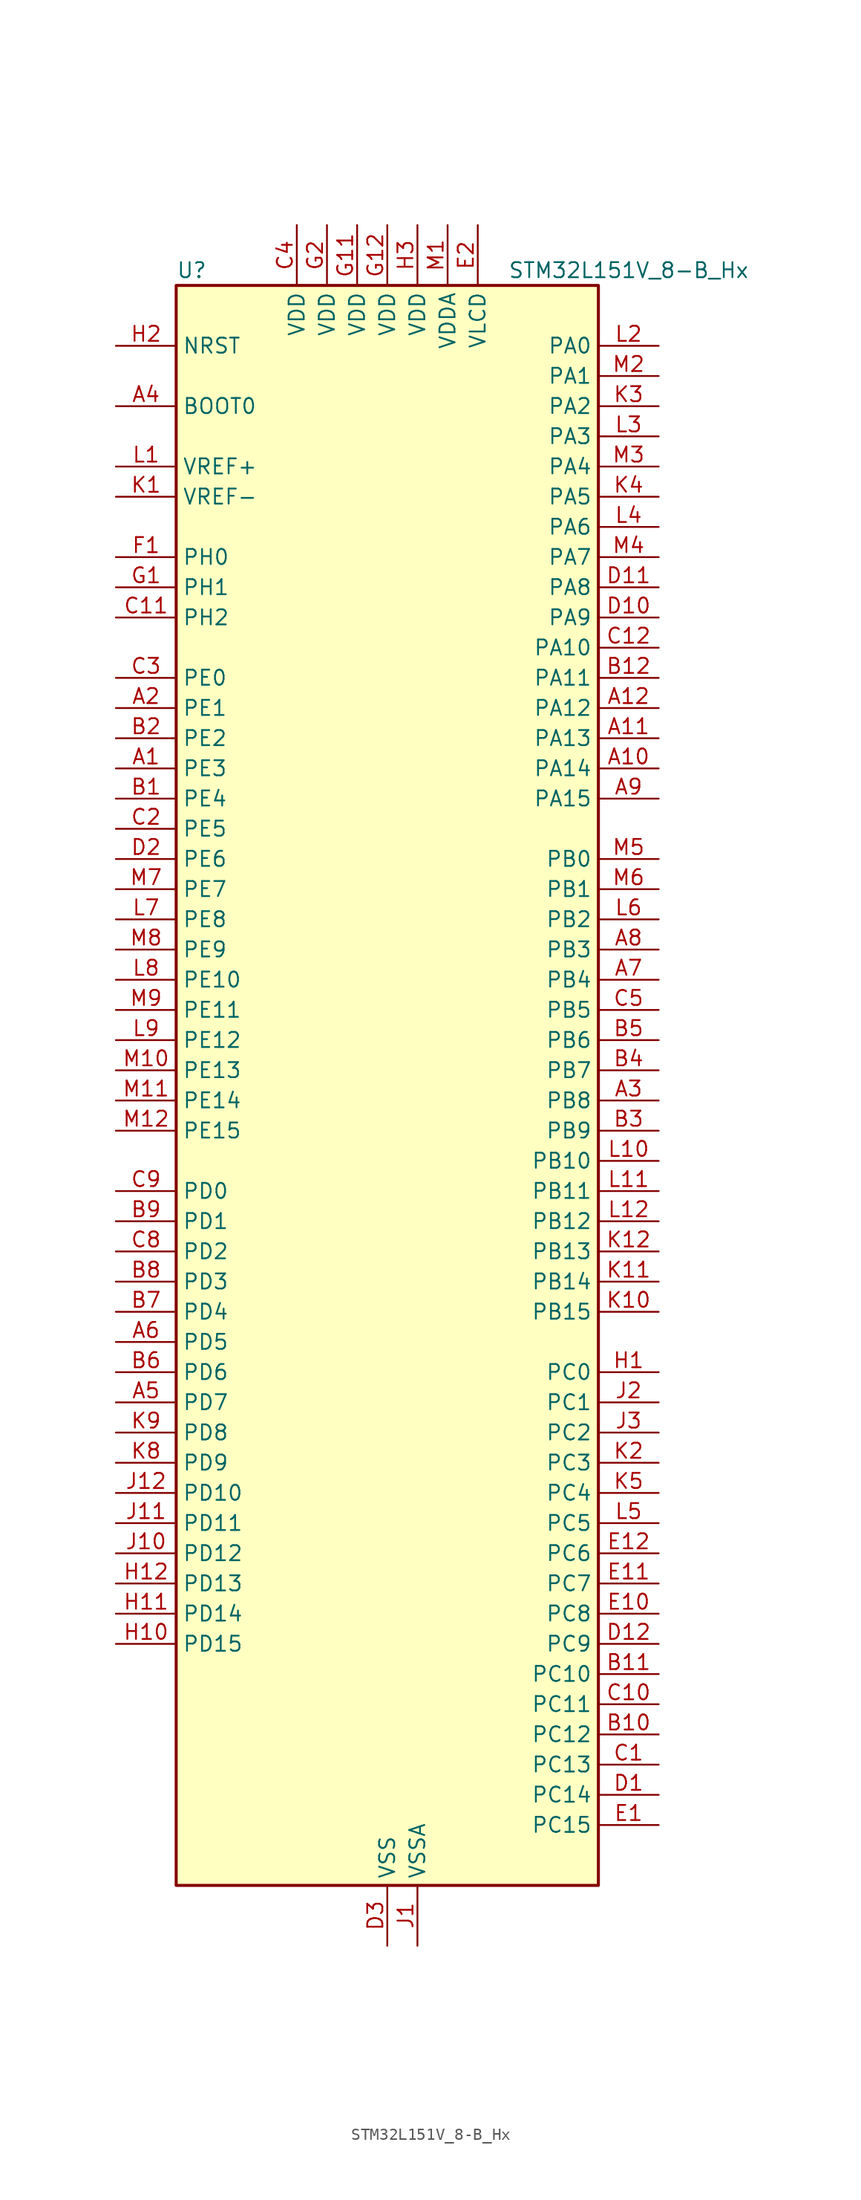
<source format=kicad_sym>
(kicad_symbol_lib
  (version 20241209)
  (generator "kicad_symbol_editor")
  (generator_version "9.0")
  (symbol "STM32L151V_8-B_Hx"
    (property "Reference" "U"
      (at -17.78 69.85 0)
      (effects (font (size 1.27 1.27)) (justify left)))
    (property "Value" "STM32L151V_8-B_Hx"
      (at 10.16 69.85 0)
      (effects (font (size 1.27 1.27)) (justify left)))
    (symbol "STM32L151V_8-B_Hx_0_1"
      (rectangle (start -17.78 -66.04) (end 17.78 68.58) (stroke (width 0.254) (type default)) (fill (type background))))
    (symbol "STM32L151V_8-B_Hx_1_1"
      (pin input line (at -22.86 63.5 0) (length 5.08) (name "NRST" (effects (font (size 1.27 1.27)))) (number "H2" (effects (font (size 1.27 1.27)))))
      (pin input line (at -22.86 58.42 0) (length 5.08) (name "BOOT0" (effects (font (size 1.27 1.27)))) (number "A4" (effects (font (size 1.27 1.27)))))
      (pin input line (at -22.86 53.34 0) (length 5.08) (name "VREF+" (effects (font (size 1.27 1.27)))) (number "L1" (effects (font (size 1.27 1.27)))))
      (pin input line (at -22.86 50.8 0) (length 5.08) (name "VREF-" (effects (font (size 1.27 1.27)))) (number "K1" (effects (font (size 1.27 1.27)))))
      (pin bidirectional line (at -22.86 45.72 0) (length 5.08) (name "PH0" (effects (font (size 1.27 1.27)))) (number "F1" (effects (font (size 1.27 1.27)))) (alternate "RCC_OSC_IN" bidirectional line))
      (pin bidirectional line (at -22.86 43.18 0) (length 5.08) (name "PH1" (effects (font (size 1.27 1.27)))) (number "G1" (effects (font (size 1.27 1.27)))) (alternate "RCC_OSC_OUT" bidirectional line))
      (pin bidirectional line (at -22.86 40.64 0) (length 5.08) (name "PH2" (effects (font (size 1.27 1.27)))) (number "C11" (effects (font (size 1.27 1.27)))))
      (pin bidirectional line (at -22.86 35.56 0) (length 5.08) (name "PE0" (effects (font (size 1.27 1.27)))) (number "C3" (effects (font (size 1.27 1.27)))) (alternate "TIM10_CH1" bidirectional line) (alternate "TIM4_ETR" bidirectional line) (alternate "TIMX_IC1" bidirectional line))
      (pin bidirectional line (at -22.86 33.02 0) (length 5.08) (name "PE1" (effects (font (size 1.27 1.27)))) (number "A2" (effects (font (size 1.27 1.27)))) (alternate "TIM11_CH1" bidirectional line) (alternate "TIMX_IC2" bidirectional line))
      (pin bidirectional line (at -22.86 30.48 0) (length 5.08) (name "PE2" (effects (font (size 1.27 1.27)))) (number "B2" (effects (font (size 1.27 1.27)))) (alternate "SYS_TRACECK" bidirectional line) (alternate "TIM3_ETR" bidirectional line) (alternate "TIMX_IC3" bidirectional line))
      (pin bidirectional line (at -22.86 27.94 0) (length 5.08) (name "PE3" (effects (font (size 1.27 1.27)))) (number "A1" (effects (font (size 1.27 1.27)))) (alternate "SYS_TRACED0" bidirectional line) (alternate "TIM3_CH1" bidirectional line) (alternate "TIMX_IC4" bidirectional line))
      (pin bidirectional line (at -22.86 25.4 0) (length 5.08) (name "PE4" (effects (font (size 1.27 1.27)))) (number "B1" (effects (font (size 1.27 1.27)))) (alternate "SYS_TRACED1" bidirectional line) (alternate "TIM3_CH2" bidirectional line) (alternate "TIMX_IC1" bidirectional line))
      (pin bidirectional line (at -22.86 22.86 0) (length 5.08) (name "PE5" (effects (font (size 1.27 1.27)))) (number "C2" (effects (font (size 1.27 1.27)))) (alternate "SYS_TRACED2" bidirectional line) (alternate "TIM9_CH1" bidirectional line) (alternate "TIMX_IC2" bidirectional line))
      (pin bidirectional line (at -22.86 20.32 0) (length 5.08) (name "PE6" (effects (font (size 1.27 1.27)))) (number "D2" (effects (font (size 1.27 1.27)))) (alternate "SYS_TRACED3" bidirectional line) (alternate "SYS_WKUP3" bidirectional line) (alternate "TIM9_CH2" bidirectional line) (alternate "TIMX_IC3" bidirectional line))
      (pin bidirectional line (at -22.86 17.78 0) (length 5.08) (name "PE7" (effects (font (size 1.27 1.27)))) (number "M7" (effects (font (size 1.27 1.27)))) (alternate "ADC_IN22" bidirectional line) (alternate "COMP1_INP" bidirectional line) (alternate "TIMX_IC4" bidirectional line))
      (pin bidirectional line (at -22.86 15.24 0) (length 5.08) (name "PE8" (effects (font (size 1.27 1.27)))) (number "L7" (effects (font (size 1.27 1.27)))) (alternate "ADC_IN23" bidirectional line) (alternate "COMP1_INP" bidirectional line) (alternate "TIMX_IC1" bidirectional line))
      (pin bidirectional line (at -22.86 12.7 0) (length 5.08) (name "PE9" (effects (font (size 1.27 1.27)))) (number "M8" (effects (font (size 1.27 1.27)))) (alternate "ADC_IN24" bidirectional line) (alternate "COMP1_INP" bidirectional line) (alternate "DAC_EXTI9" bidirectional line) (alternate "TIM2_CH1" bidirectional line) (alternate "TIM2_ETR" bidirectional line) (alternate "TIMX_IC2" bidirectional line))
      (pin bidirectional line (at -22.86 10.16 0) (length 5.08) (name "PE10" (effects (font (size 1.27 1.27)))) (number "L8" (effects (font (size 1.27 1.27)))) (alternate "ADC_IN25" bidirectional line) (alternate "COMP1_INP" bidirectional line) (alternate "TIM2_CH2" bidirectional line) (alternate "TIMX_IC3" bidirectional line))
      (pin bidirectional line (at -22.86 7.62 0) (length 5.08) (name "PE11" (effects (font (size 1.27 1.27)))) (number "M9" (effects (font (size 1.27 1.27)))) (alternate "ADC_EXTI11" bidirectional line) (alternate "TIM2_CH3" bidirectional line) (alternate "TIMX_IC4" bidirectional line))
      (pin bidirectional line (at -22.86 5.08 0) (length 5.08) (name "PE12" (effects (font (size 1.27 1.27)))) (number "L9" (effects (font (size 1.27 1.27)))) (alternate "SPI1_NSS" bidirectional line) (alternate "TIM2_CH4" bidirectional line) (alternate "TIMX_IC1" bidirectional line))
      (pin bidirectional line (at -22.86 2.54 0) (length 5.08) (name "PE13" (effects (font (size 1.27 1.27)))) (number "M10" (effects (font (size 1.27 1.27)))) (alternate "SPI1_SCK" bidirectional line) (alternate "TIMX_IC2" bidirectional line))
      (pin bidirectional line (at -22.86 0 0) (length 5.08) (name "PE14" (effects (font (size 1.27 1.27)))) (number "M11" (effects (font (size 1.27 1.27)))) (alternate "SPI1_MISO" bidirectional line) (alternate "TIMX_IC3" bidirectional line))
      (pin bidirectional line (at -22.86 -2.54 0) (length 5.08) (name "PE15" (effects (font (size 1.27 1.27)))) (number "M12" (effects (font (size 1.27 1.27)))) (alternate "ADC_EXTI15" bidirectional line) (alternate "SPI1_MOSI" bidirectional line) (alternate "TIMX_IC4" bidirectional line))
      (pin bidirectional line (at -22.86 -7.62 0) (length 5.08) (name "PD0" (effects (font (size 1.27 1.27)))) (number "C9" (effects (font (size 1.27 1.27)))) (alternate "SPI2_NSS" bidirectional line) (alternate "TIM9_CH1" bidirectional line) (alternate "TIMX_IC1" bidirectional line))
      (pin bidirectional line (at -22.86 -10.16 0) (length 5.08) (name "PD1" (effects (font (size 1.27 1.27)))) (number "B9" (effects (font (size 1.27 1.27)))) (alternate "SPI2_SCK" bidirectional line) (alternate "TIMX_IC2" bidirectional line))
      (pin bidirectional line (at -22.86 -12.7 0) (length 5.08) (name "PD2" (effects (font (size 1.27 1.27)))) (number "C8" (effects (font (size 1.27 1.27)))) (alternate "TIM3_ETR" bidirectional line) (alternate "TIMX_IC3" bidirectional line))
      (pin bidirectional line (at -22.86 -15.24 0) (length 5.08) (name "PD3" (effects (font (size 1.27 1.27)))) (number "B8" (effects (font (size 1.27 1.27)))) (alternate "SPI2_MISO" bidirectional line) (alternate "TIMX_IC4" bidirectional line) (alternate "USART2_CTS" bidirectional line))
      (pin bidirectional line (at -22.86 -17.78 0) (length 5.08) (name "PD4" (effects (font (size 1.27 1.27)))) (number "B7" (effects (font (size 1.27 1.27)))) (alternate "SPI2_MOSI" bidirectional line) (alternate "TIMX_IC1" bidirectional line) (alternate "USART2_RTS" bidirectional line))
      (pin bidirectional line (at -22.86 -20.32 0) (length 5.08) (name "PD5" (effects (font (size 1.27 1.27)))) (number "A6" (effects (font (size 1.27 1.27)))) (alternate "TIMX_IC2" bidirectional line) (alternate "USART2_TX" bidirectional line))
      (pin bidirectional line (at -22.86 -22.86 0) (length 5.08) (name "PD6" (effects (font (size 1.27 1.27)))) (number "B6" (effects (font (size 1.27 1.27)))) (alternate "TIMX_IC3" bidirectional line) (alternate "USART2_RX" bidirectional line))
      (pin bidirectional line (at -22.86 -25.4 0) (length 5.08) (name "PD7" (effects (font (size 1.27 1.27)))) (number "A5" (effects (font (size 1.27 1.27)))) (alternate "TIM9_CH2" bidirectional line) (alternate "TIMX_IC4" bidirectional line) (alternate "USART2_CK" bidirectional line))
      (pin bidirectional line (at -22.86 -27.94 0) (length 5.08) (name "PD8" (effects (font (size 1.27 1.27)))) (number "K9" (effects (font (size 1.27 1.27)))) (alternate "TIMX_IC1" bidirectional line) (alternate "USART3_TX" bidirectional line))
      (pin bidirectional line (at -22.86 -30.48 0) (length 5.08) (name "PD9" (effects (font (size 1.27 1.27)))) (number "K8" (effects (font (size 1.27 1.27)))) (alternate "DAC_EXTI9" bidirectional line) (alternate "TIMX_IC2" bidirectional line) (alternate "USART3_RX" bidirectional line))
      (pin bidirectional line (at -22.86 -33.02 0) (length 5.08) (name "PD10" (effects (font (size 1.27 1.27)))) (number "J12" (effects (font (size 1.27 1.27)))) (alternate "TIMX_IC3" bidirectional line) (alternate "USART3_CK" bidirectional line))
      (pin bidirectional line (at -22.86 -35.56 0) (length 5.08) (name "PD11" (effects (font (size 1.27 1.27)))) (number "J11" (effects (font (size 1.27 1.27)))) (alternate "ADC_EXTI11" bidirectional line) (alternate "TIMX_IC4" bidirectional line) (alternate "USART3_CTS" bidirectional line))
      (pin bidirectional line (at -22.86 -38.1 0) (length 5.08) (name "PD12" (effects (font (size 1.27 1.27)))) (number "J10" (effects (font (size 1.27 1.27)))) (alternate "TIM4_CH1" bidirectional line) (alternate "TIMX_IC1" bidirectional line) (alternate "USART3_RTS" bidirectional line))
      (pin bidirectional line (at -22.86 -40.64 0) (length 5.08) (name "PD13" (effects (font (size 1.27 1.27)))) (number "H12" (effects (font (size 1.27 1.27)))) (alternate "TIM4_CH2" bidirectional line) (alternate "TIMX_IC2" bidirectional line))
      (pin bidirectional line (at -22.86 -43.18 0) (length 5.08) (name "PD14" (effects (font (size 1.27 1.27)))) (number "H11" (effects (font (size 1.27 1.27)))) (alternate "TIM4_CH3" bidirectional line) (alternate "TIMX_IC3" bidirectional line))
      (pin bidirectional line (at -22.86 -45.72 0) (length 5.08) (name "PD15" (effects (font (size 1.27 1.27)))) (number "H10" (effects (font (size 1.27 1.27)))) (alternate "ADC_EXTI15" bidirectional line) (alternate "TIM4_CH4" bidirectional line) (alternate "TIMX_IC4" bidirectional line))
      (pin power_in line (at -7.62 73.66 270) (length 5.08) (name "VDD" (effects (font (size 1.27 1.27)))) (number "C4" (effects (font (size 1.27 1.27)))))
      (pin power_in line (at -5.08 73.66 270) (length 5.08) (name "VDD" (effects (font (size 1.27 1.27)))) (number "G2" (effects (font (size 1.27 1.27)))))
      (pin power_in line (at -2.54 73.66 270) (length 5.08) (name "VDD" (effects (font (size 1.27 1.27)))) (number "G11" (effects (font (size 1.27 1.27)))))
      (pin power_in line (at 0 73.66 270) (length 5.08) (name "VDD" (effects (font (size 1.27 1.27)))) (number "G12" (effects (font (size 1.27 1.27)))))
      (pin power_in line (at 0 -71.12 90) (length 5.08) (name "VSS" (effects (font (size 1.27 1.27)))) (number "D3" (effects (font (size 1.27 1.27)))))
      (pin passive line (at 0 -71.12 90) (length 5.08) (hide yes) (name "VSS" (effects (font (size 1.27 1.27)))) (number "E3" (effects (font (size 1.27 1.27)))))
      (pin passive line (at 0 -71.12 90) (length 5.08) (hide yes) (name "VSS" (effects (font (size 1.27 1.27)))) (number "F11" (effects (font (size 1.27 1.27)))))
      (pin passive line (at 0 -71.12 90) (length 5.08) (hide yes) (name "VSS" (effects (font (size 1.27 1.27)))) (number "F12" (effects (font (size 1.27 1.27)))))
      (pin passive line (at 0 -71.12 90) (length 5.08) (hide yes) (name "VSS" (effects (font (size 1.27 1.27)))) (number "F2" (effects (font (size 1.27 1.27)))))
      (pin power_in line (at 2.54 73.66 270) (length 5.08) (name "VDD" (effects (font (size 1.27 1.27)))) (number "H3" (effects (font (size 1.27 1.27)))))
      (pin power_in line (at 2.54 -71.12 90) (length 5.08) (name "VSSA" (effects (font (size 1.27 1.27)))) (number "J1" (effects (font (size 1.27 1.27)))))
      (pin power_in line (at 5.08 73.66 270) (length 5.08) (name "VDDA" (effects (font (size 1.27 1.27)))) (number "M1" (effects (font (size 1.27 1.27)))))
      (pin power_in line (at 7.62 73.66 270) (length 5.08) (name "VLCD" (effects (font (size 1.27 1.27)))) (number "E2" (effects (font (size 1.27 1.27)))))
      (pin bidirectional line (at 22.86 63.5 180) (length 5.08) (name "PA0" (effects (font (size 1.27 1.27)))) (number "L2" (effects (font (size 1.27 1.27)))) (alternate "ADC_IN0" bidirectional line) (alternate "COMP1_INP" bidirectional line) (alternate "SYS_WKUP1" bidirectional line) (alternate "TIM2_CH1" bidirectional line) (alternate "TIM2_ETR" bidirectional line) (alternate "TIMX_IC1" bidirectional line) (alternate "TS_G1_IO1" bidirectional line) (alternate "USART2_CTS" bidirectional line))
      (pin bidirectional line (at 22.86 60.96 180) (length 5.08) (name "PA1" (effects (font (size 1.27 1.27)))) (number "M2" (effects (font (size 1.27 1.27)))) (alternate "ADC_IN1" bidirectional line) (alternate "COMP1_INP" bidirectional line) (alternate "TIM2_CH2" bidirectional line) (alternate "TIMX_IC2" bidirectional line) (alternate "TS_G1_IO2" bidirectional line) (alternate "USART2_RTS" bidirectional line))
      (pin bidirectional line (at 22.86 58.42 180) (length 5.08) (name "PA2" (effects (font (size 1.27 1.27)))) (number "K3" (effects (font (size 1.27 1.27)))) (alternate "ADC_IN2" bidirectional line) (alternate "COMP1_INP" bidirectional line) (alternate "TIM2_CH3" bidirectional line) (alternate "TIM9_CH1" bidirectional line) (alternate "TIMX_IC3" bidirectional line) (alternate "TS_G1_IO3" bidirectional line) (alternate "USART2_TX" bidirectional line))
      (pin bidirectional line (at 22.86 55.88 180) (length 5.08) (name "PA3" (effects (font (size 1.27 1.27)))) (number "L3" (effects (font (size 1.27 1.27)))) (alternate "ADC_IN3" bidirectional line) (alternate "COMP1_INP" bidirectional line) (alternate "TIM2_CH4" bidirectional line) (alternate "TIM9_CH2" bidirectional line) (alternate "TIMX_IC4" bidirectional line) (alternate "TS_G1_IO4" bidirectional line) (alternate "USART2_RX" bidirectional line))
      (pin bidirectional line (at 22.86 53.34 180) (length 5.08) (name "PA4" (effects (font (size 1.27 1.27)))) (number "M3" (effects (font (size 1.27 1.27)))) (alternate "ADC_IN4" bidirectional line) (alternate "COMP1_INP" bidirectional line) (alternate "DAC_OUT1" bidirectional line) (alternate "SPI1_NSS" bidirectional line) (alternate "TIMX_IC1" bidirectional line) (alternate "USART2_CK" bidirectional line))
      (pin bidirectional line (at 22.86 50.8 180) (length 5.08) (name "PA5" (effects (font (size 1.27 1.27)))) (number "K4" (effects (font (size 1.27 1.27)))) (alternate "ADC_IN5" bidirectional line) (alternate "COMP1_INP" bidirectional line) (alternate "DAC_OUT2" bidirectional line) (alternate "SPI1_SCK" bidirectional line) (alternate "TIM2_CH1" bidirectional line) (alternate "TIM2_ETR" bidirectional line) (alternate "TIMX_IC2" bidirectional line))
      (pin bidirectional line (at 22.86 48.26 180) (length 5.08) (name "PA6" (effects (font (size 1.27 1.27)))) (number "L4" (effects (font (size 1.27 1.27)))) (alternate "ADC_IN6" bidirectional line) (alternate "COMP1_INP" bidirectional line) (alternate "SPI1_MISO" bidirectional line) (alternate "TIM10_CH1" bidirectional line) (alternate "TIM3_CH1" bidirectional line) (alternate "TIMX_IC3" bidirectional line) (alternate "TS_G2_IO1" bidirectional line))
      (pin bidirectional line (at 22.86 45.72 180) (length 5.08) (name "PA7" (effects (font (size 1.27 1.27)))) (number "M4" (effects (font (size 1.27 1.27)))) (alternate "ADC_IN7" bidirectional line) (alternate "COMP1_INP" bidirectional line) (alternate "SPI1_MOSI" bidirectional line) (alternate "TIM11_CH1" bidirectional line) (alternate "TIM3_CH2" bidirectional line) (alternate "TIMX_IC4" bidirectional line) (alternate "TS_G2_IO2" bidirectional line))
      (pin bidirectional line (at 22.86 43.18 180) (length 5.08) (name "PA8" (effects (font (size 1.27 1.27)))) (number "D11" (effects (font (size 1.27 1.27)))) (alternate "RCC_MCO" bidirectional line) (alternate "TIMX_IC1" bidirectional line) (alternate "TS_G4_IO1" bidirectional line) (alternate "USART1_CK" bidirectional line))
      (pin bidirectional line (at 22.86 40.64 180) (length 5.08) (name "PA9" (effects (font (size 1.27 1.27)))) (number "D10" (effects (font (size 1.27 1.27)))) (alternate "DAC_EXTI9" bidirectional line) (alternate "TIMX_IC2" bidirectional line) (alternate "TS_G4_IO2" bidirectional line) (alternate "USART1_TX" bidirectional line))
      (pin bidirectional line (at 22.86 38.1 180) (length 5.08) (name "PA10" (effects (font (size 1.27 1.27)))) (number "C12" (effects (font (size 1.27 1.27)))) (alternate "TIMX_IC3" bidirectional line) (alternate "TS_G4_IO3" bidirectional line) (alternate "USART1_RX" bidirectional line))
      (pin bidirectional line (at 22.86 35.56 180) (length 5.08) (name "PA11" (effects (font (size 1.27 1.27)))) (number "B12" (effects (font (size 1.27 1.27)))) (alternate "ADC_EXTI11" bidirectional line) (alternate "SPI1_MISO" bidirectional line) (alternate "TIMX_IC4" bidirectional line) (alternate "USART1_CTS" bidirectional line) (alternate "USB_DM" bidirectional line))
      (pin bidirectional line (at 22.86 33.02 180) (length 5.08) (name "PA12" (effects (font (size 1.27 1.27)))) (number "A12" (effects (font (size 1.27 1.27)))) (alternate "SPI1_MOSI" bidirectional line) (alternate "TIMX_IC1" bidirectional line) (alternate "USART1_RTS" bidirectional line) (alternate "USB_DP" bidirectional line))
      (pin bidirectional line (at 22.86 30.48 180) (length 5.08) (name "PA13" (effects (font (size 1.27 1.27)))) (number "A11" (effects (font (size 1.27 1.27)))) (alternate "SYS_JTMS-SWDIO" bidirectional line) (alternate "TIMX_IC2" bidirectional line) (alternate "TS_G5_IO1" bidirectional line))
      (pin bidirectional line (at 22.86 27.94 180) (length 5.08) (name "PA14" (effects (font (size 1.27 1.27)))) (number "A10" (effects (font (size 1.27 1.27)))) (alternate "SYS_JTCK-SWCLK" bidirectional line) (alternate "TIMX_IC3" bidirectional line) (alternate "TS_G5_IO2" bidirectional line))
      (pin bidirectional line (at 22.86 25.4 180) (length 5.08) (name "PA15" (effects (font (size 1.27 1.27)))) (number "A9" (effects (font (size 1.27 1.27)))) (alternate "ADC_EXTI15" bidirectional line) (alternate "SPI1_NSS" bidirectional line) (alternate "SYS_JTDI" bidirectional line) (alternate "TIM2_CH1" bidirectional line) (alternate "TIM2_ETR" bidirectional line) (alternate "TIMX_IC4" bidirectional line) (alternate "TS_G5_IO3" bidirectional line))
      (pin bidirectional line (at 22.86 20.32 180) (length 5.08) (name "PB0" (effects (font (size 1.27 1.27)))) (number "M5" (effects (font (size 1.27 1.27)))) (alternate "ADC_IN8" bidirectional line) (alternate "COMP1_INP" bidirectional line) (alternate "SYS_V_REF_OUT" bidirectional line) (alternate "TIM3_CH3" bidirectional line) (alternate "TS_G3_IO1" bidirectional line))
      (pin bidirectional line (at 22.86 17.78 180) (length 5.08) (name "PB1" (effects (font (size 1.27 1.27)))) (number "M6" (effects (font (size 1.27 1.27)))) (alternate "ADC_IN9" bidirectional line) (alternate "COMP1_INP" bidirectional line) (alternate "SYS_V_REF_OUT" bidirectional line) (alternate "TIM3_CH4" bidirectional line) (alternate "TS_G3_IO2" bidirectional line))
      (pin bidirectional line (at 22.86 15.24 180) (length 5.08) (name "PB2" (effects (font (size 1.27 1.27)))) (number "L6" (effects (font (size 1.27 1.27)))))
      (pin bidirectional line (at 22.86 12.7 180) (length 5.08) (name "PB3" (effects (font (size 1.27 1.27)))) (number "A8" (effects (font (size 1.27 1.27)))) (alternate "COMP2_INM" bidirectional line) (alternate "SPI1_SCK" bidirectional line) (alternate "SYS_JTDO-TRACESWO" bidirectional line) (alternate "TIM2_CH2" bidirectional line))
      (pin bidirectional line (at 22.86 10.16 180) (length 5.08) (name "PB4" (effects (font (size 1.27 1.27)))) (number "A7" (effects (font (size 1.27 1.27)))) (alternate "COMP2_INP" bidirectional line) (alternate "SPI1_MISO" bidirectional line) (alternate "SYS_JTRST" bidirectional line) (alternate "TIM3_CH1" bidirectional line) (alternate "TS_G6_IO1" bidirectional line))
      (pin bidirectional line (at 22.86 7.62 180) (length 5.08) (name "PB5" (effects (font (size 1.27 1.27)))) (number "C5" (effects (font (size 1.27 1.27)))) (alternate "COMP2_INP" bidirectional line) (alternate "I2C1_SMBA" bidirectional line) (alternate "SPI1_MOSI" bidirectional line) (alternate "TIM3_CH2" bidirectional line) (alternate "TS_G6_IO2" bidirectional line))
      (pin bidirectional line (at 22.86 5.08 180) (length 5.08) (name "PB6" (effects (font (size 1.27 1.27)))) (number "B5" (effects (font (size 1.27 1.27)))) (alternate "I2C1_SCL" bidirectional line) (alternate "TIM4_CH1" bidirectional line) (alternate "USART1_TX" bidirectional line))
      (pin bidirectional line (at 22.86 2.54 180) (length 5.08) (name "PB7" (effects (font (size 1.27 1.27)))) (number "B4" (effects (font (size 1.27 1.27)))) (alternate "I2C1_SDA" bidirectional line) (alternate "SYS_PVD_IN" bidirectional line) (alternate "TIM4_CH2" bidirectional line) (alternate "USART1_RX" bidirectional line))
      (pin bidirectional line (at 22.86 0 180) (length 5.08) (name "PB8" (effects (font (size 1.27 1.27)))) (number "A3" (effects (font (size 1.27 1.27)))) (alternate "I2C1_SCL" bidirectional line) (alternate "TIM10_CH1" bidirectional line) (alternate "TIM4_CH3" bidirectional line))
      (pin bidirectional line (at 22.86 -2.54 180) (length 5.08) (name "PB9" (effects (font (size 1.27 1.27)))) (number "B3" (effects (font (size 1.27 1.27)))) (alternate "DAC_EXTI9" bidirectional line) (alternate "I2C1_SDA" bidirectional line) (alternate "TIM11_CH1" bidirectional line) (alternate "TIM4_CH4" bidirectional line))
      (pin bidirectional line (at 22.86 -5.08 180) (length 5.08) (name "PB10" (effects (font (size 1.27 1.27)))) (number "L10" (effects (font (size 1.27 1.27)))) (alternate "I2C2_SCL" bidirectional line) (alternate "TIM2_CH3" bidirectional line) (alternate "USART3_TX" bidirectional line))
      (pin bidirectional line (at 22.86 -7.62 180) (length 5.08) (name "PB11" (effects (font (size 1.27 1.27)))) (number "L11" (effects (font (size 1.27 1.27)))) (alternate "ADC_EXTI11" bidirectional line) (alternate "I2C2_SDA" bidirectional line) (alternate "TIM2_CH4" bidirectional line) (alternate "USART3_RX" bidirectional line))
      (pin bidirectional line (at 22.86 -10.16 180) (length 5.08) (name "PB12" (effects (font (size 1.27 1.27)))) (number "L12" (effects (font (size 1.27 1.27)))) (alternate "ADC_IN18" bidirectional line) (alternate "COMP1_INP" bidirectional line) (alternate "I2C2_SMBA" bidirectional line) (alternate "SPI2_NSS" bidirectional line) (alternate "TIM10_CH1" bidirectional line) (alternate "TS_G7_IO1" bidirectional line) (alternate "USART3_CK" bidirectional line))
      (pin bidirectional line (at 22.86 -12.7 180) (length 5.08) (name "PB13" (effects (font (size 1.27 1.27)))) (number "K12" (effects (font (size 1.27 1.27)))) (alternate "ADC_IN19" bidirectional line) (alternate "COMP1_INP" bidirectional line) (alternate "SPI2_SCK" bidirectional line) (alternate "TIM9_CH1" bidirectional line) (alternate "TS_G7_IO2" bidirectional line) (alternate "USART3_CTS" bidirectional line))
      (pin bidirectional line (at 22.86 -15.24 180) (length 5.08) (name "PB14" (effects (font (size 1.27 1.27)))) (number "K11" (effects (font (size 1.27 1.27)))) (alternate "ADC_IN20" bidirectional line) (alternate "COMP1_INP" bidirectional line) (alternate "SPI2_MISO" bidirectional line) (alternate "TIM9_CH2" bidirectional line) (alternate "TS_G7_IO3" bidirectional line) (alternate "USART3_RTS" bidirectional line))
      (pin bidirectional line (at 22.86 -17.78 180) (length 5.08) (name "PB15" (effects (font (size 1.27 1.27)))) (number "K10" (effects (font (size 1.27 1.27)))) (alternate "ADC_EXTI15" bidirectional line) (alternate "ADC_IN21" bidirectional line) (alternate "COMP1_INP" bidirectional line) (alternate "RTC_REFIN" bidirectional line) (alternate "SPI2_MOSI" bidirectional line) (alternate "TIM11_CH1" bidirectional line) (alternate "TS_G7_IO4" bidirectional line))
      (pin bidirectional line (at 22.86 -22.86 180) (length 5.08) (name "PC0" (effects (font (size 1.27 1.27)))) (number "H1" (effects (font (size 1.27 1.27)))) (alternate "ADC_IN10" bidirectional line) (alternate "COMP1_INP" bidirectional line) (alternate "TIMX_IC1" bidirectional line) (alternate "TS_G8_IO1" bidirectional line))
      (pin bidirectional line (at 22.86 -25.4 180) (length 5.08) (name "PC1" (effects (font (size 1.27 1.27)))) (number "J2" (effects (font (size 1.27 1.27)))) (alternate "ADC_IN11" bidirectional line) (alternate "COMP1_INP" bidirectional line) (alternate "TIMX_IC2" bidirectional line) (alternate "TS_G8_IO2" bidirectional line))
      (pin bidirectional line (at 22.86 -27.94 180) (length 5.08) (name "PC2" (effects (font (size 1.27 1.27)))) (number "J3" (effects (font (size 1.27 1.27)))) (alternate "ADC_IN12" bidirectional line) (alternate "COMP1_INP" bidirectional line) (alternate "TIMX_IC3" bidirectional line) (alternate "TS_G8_IO3" bidirectional line))
      (pin bidirectional line (at 22.86 -30.48 180) (length 5.08) (name "PC3" (effects (font (size 1.27 1.27)))) (number "K2" (effects (font (size 1.27 1.27)))) (alternate "ADC_IN13" bidirectional line) (alternate "COMP1_INP" bidirectional line) (alternate "TIMX_IC4" bidirectional line) (alternate "TS_G8_IO4" bidirectional line))
      (pin bidirectional line (at 22.86 -33.02 180) (length 5.08) (name "PC4" (effects (font (size 1.27 1.27)))) (number "K5" (effects (font (size 1.27 1.27)))) (alternate "ADC_IN14" bidirectional line) (alternate "COMP1_INP" bidirectional line) (alternate "TIMX_IC1" bidirectional line) (alternate "TS_G9_IO1" bidirectional line))
      (pin bidirectional line (at 22.86 -35.56 180) (length 5.08) (name "PC5" (effects (font (size 1.27 1.27)))) (number "L5" (effects (font (size 1.27 1.27)))) (alternate "ADC_IN15" bidirectional line) (alternate "COMP1_INP" bidirectional line) (alternate "TIMX_IC2" bidirectional line) (alternate "TS_G9_IO2" bidirectional line))
      (pin bidirectional line (at 22.86 -38.1 180) (length 5.08) (name "PC6" (effects (font (size 1.27 1.27)))) (number "E12" (effects (font (size 1.27 1.27)))) (alternate "TIM3_CH1" bidirectional line) (alternate "TIMX_IC3" bidirectional line) (alternate "TS_G10_IO1" bidirectional line))
      (pin bidirectional line (at 22.86 -40.64 180) (length 5.08) (name "PC7" (effects (font (size 1.27 1.27)))) (number "E11" (effects (font (size 1.27 1.27)))) (alternate "TIM3_CH2" bidirectional line) (alternate "TIMX_IC4" bidirectional line) (alternate "TS_G10_IO2" bidirectional line))
      (pin bidirectional line (at 22.86 -43.18 180) (length 5.08) (name "PC8" (effects (font (size 1.27 1.27)))) (number "E10" (effects (font (size 1.27 1.27)))) (alternate "TIM3_CH3" bidirectional line) (alternate "TIMX_IC1" bidirectional line) (alternate "TS_G10_IO3" bidirectional line))
      (pin bidirectional line (at 22.86 -45.72 180) (length 5.08) (name "PC9" (effects (font (size 1.27 1.27)))) (number "D12" (effects (font (size 1.27 1.27)))) (alternate "DAC_EXTI9" bidirectional line) (alternate "TIM3_CH4" bidirectional line) (alternate "TIMX_IC2" bidirectional line) (alternate "TS_G10_IO4" bidirectional line))
      (pin bidirectional line (at 22.86 -48.26 180) (length 5.08) (name "PC10" (effects (font (size 1.27 1.27)))) (number "B11" (effects (font (size 1.27 1.27)))) (alternate "TIMX_IC3" bidirectional line) (alternate "USART3_TX" bidirectional line))
      (pin bidirectional line (at 22.86 -50.8 180) (length 5.08) (name "PC11" (effects (font (size 1.27 1.27)))) (number "C10" (effects (font (size 1.27 1.27)))) (alternate "ADC_EXTI11" bidirectional line) (alternate "TIMX_IC4" bidirectional line) (alternate "USART3_RX" bidirectional line))
      (pin bidirectional line (at 22.86 -53.34 180) (length 5.08) (name "PC12" (effects (font (size 1.27 1.27)))) (number "B10" (effects (font (size 1.27 1.27)))) (alternate "TIMX_IC1" bidirectional line) (alternate "USART3_CK" bidirectional line))
      (pin bidirectional line (at 22.86 -55.88 180) (length 5.08) (name "PC13" (effects (font (size 1.27 1.27)))) (number "C1" (effects (font (size 1.27 1.27)))) (alternate "RTC_OUT_ALARM" bidirectional line) (alternate "RTC_OUT_CALIB" bidirectional line) (alternate "RTC_TAMP1" bidirectional line) (alternate "RTC_TS" bidirectional line) (alternate "SYS_WKUP2" bidirectional line) (alternate "TIMX_IC2" bidirectional line))
      (pin bidirectional line (at 22.86 -58.42 180) (length 5.08) (name "PC14" (effects (font (size 1.27 1.27)))) (number "D1" (effects (font (size 1.27 1.27)))) (alternate "RCC_OSC32_IN" bidirectional line) (alternate "TIMX_IC3" bidirectional line))
      (pin bidirectional line (at 22.86 -60.96 180) (length 5.08) (name "PC15" (effects (font (size 1.27 1.27)))) (number "E1" (effects (font (size 1.27 1.27)))) (alternate "ADC_EXTI15" bidirectional line) (alternate "RCC_OSC32_OUT" bidirectional line) (alternate "TIMX_IC4" bidirectional line)))))
</source>
